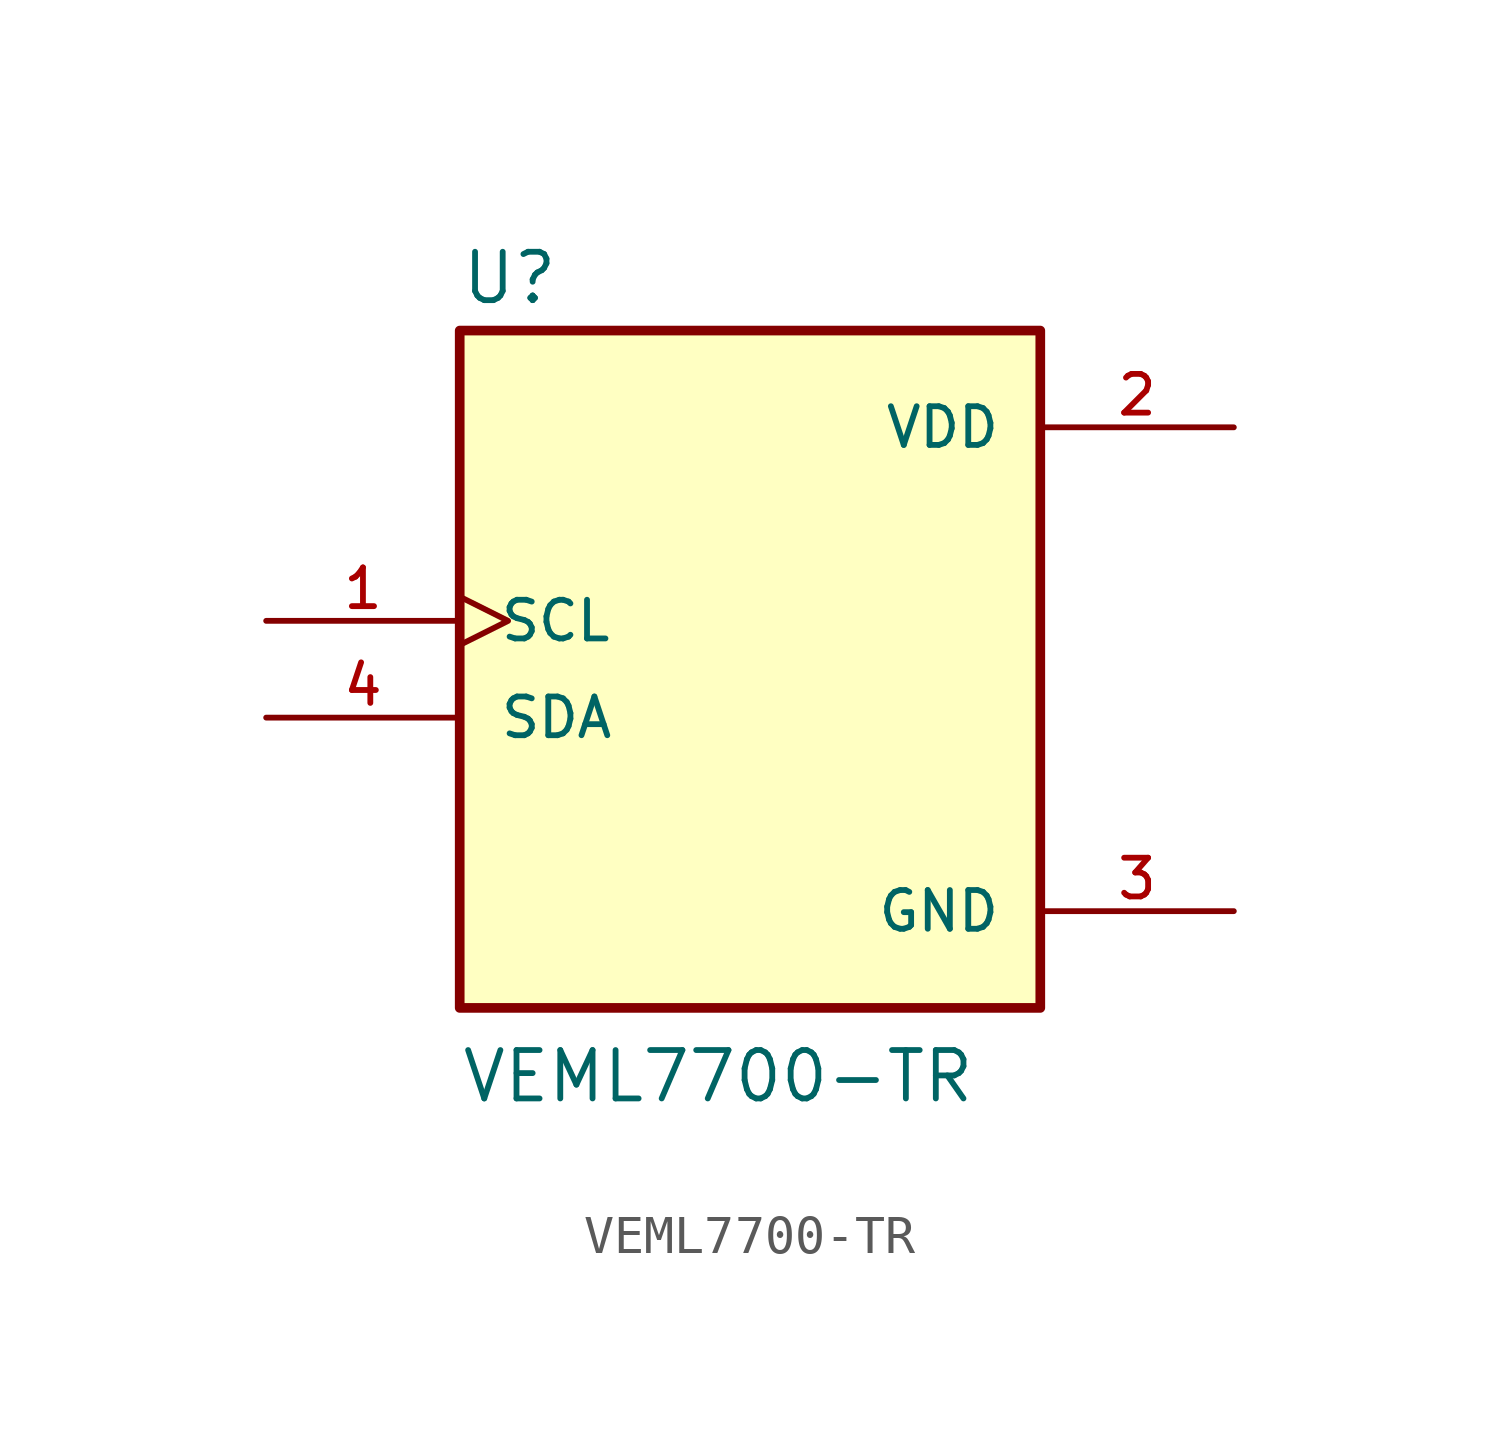
<source format=kicad_sym>
(kicad_symbol_lib
  (version 20211014)
  (generator kicad_symbol_editor)
  (symbol "VEML7700-TR"
    (pin_names
      (offset 1.016))
    (property "Reference" "U"
      (at -7.62 10.795 0)
      (effects (font (size 1.27 1.27)) (justify bottom left)))
    (property "Value" "VEML7700-TR"
      (at -7.62 -10.16 0)
      (effects (font (size 1.27 1.27)) (justify bottom left)))
    (symbol "VEML7700-TR_0_0"
      (rectangle (start -7.62 -7.62) (end 7.62 10.16) (stroke (width 0.254)) (fill (type background)))
      (pin input clock (at -12.7 2.54 0) (length 5.08) (name "SCL" (effects (font (size 1.016 1.016)))) (number "1" (effects (font (size 1.016 1.016)))))
      (pin power_in line (at 12.7 7.62 180.0) (length 5.08) (name "VDD" (effects (font (size 1.016 1.016)))) (number "2" (effects (font (size 1.016 1.016)))))
      (pin power_in line (at 12.7 -5.08 180.0) (length 5.08) (name "GND" (effects (font (size 1.016 1.016)))) (number "3" (effects (font (size 1.016 1.016)))))
      (pin bidirectional line (at -12.7 0.0 0) (length 5.08) (name "SDA" (effects (font (size 1.016 1.016)))) (number "4" (effects (font (size 1.016 1.016))))))))
</source>
